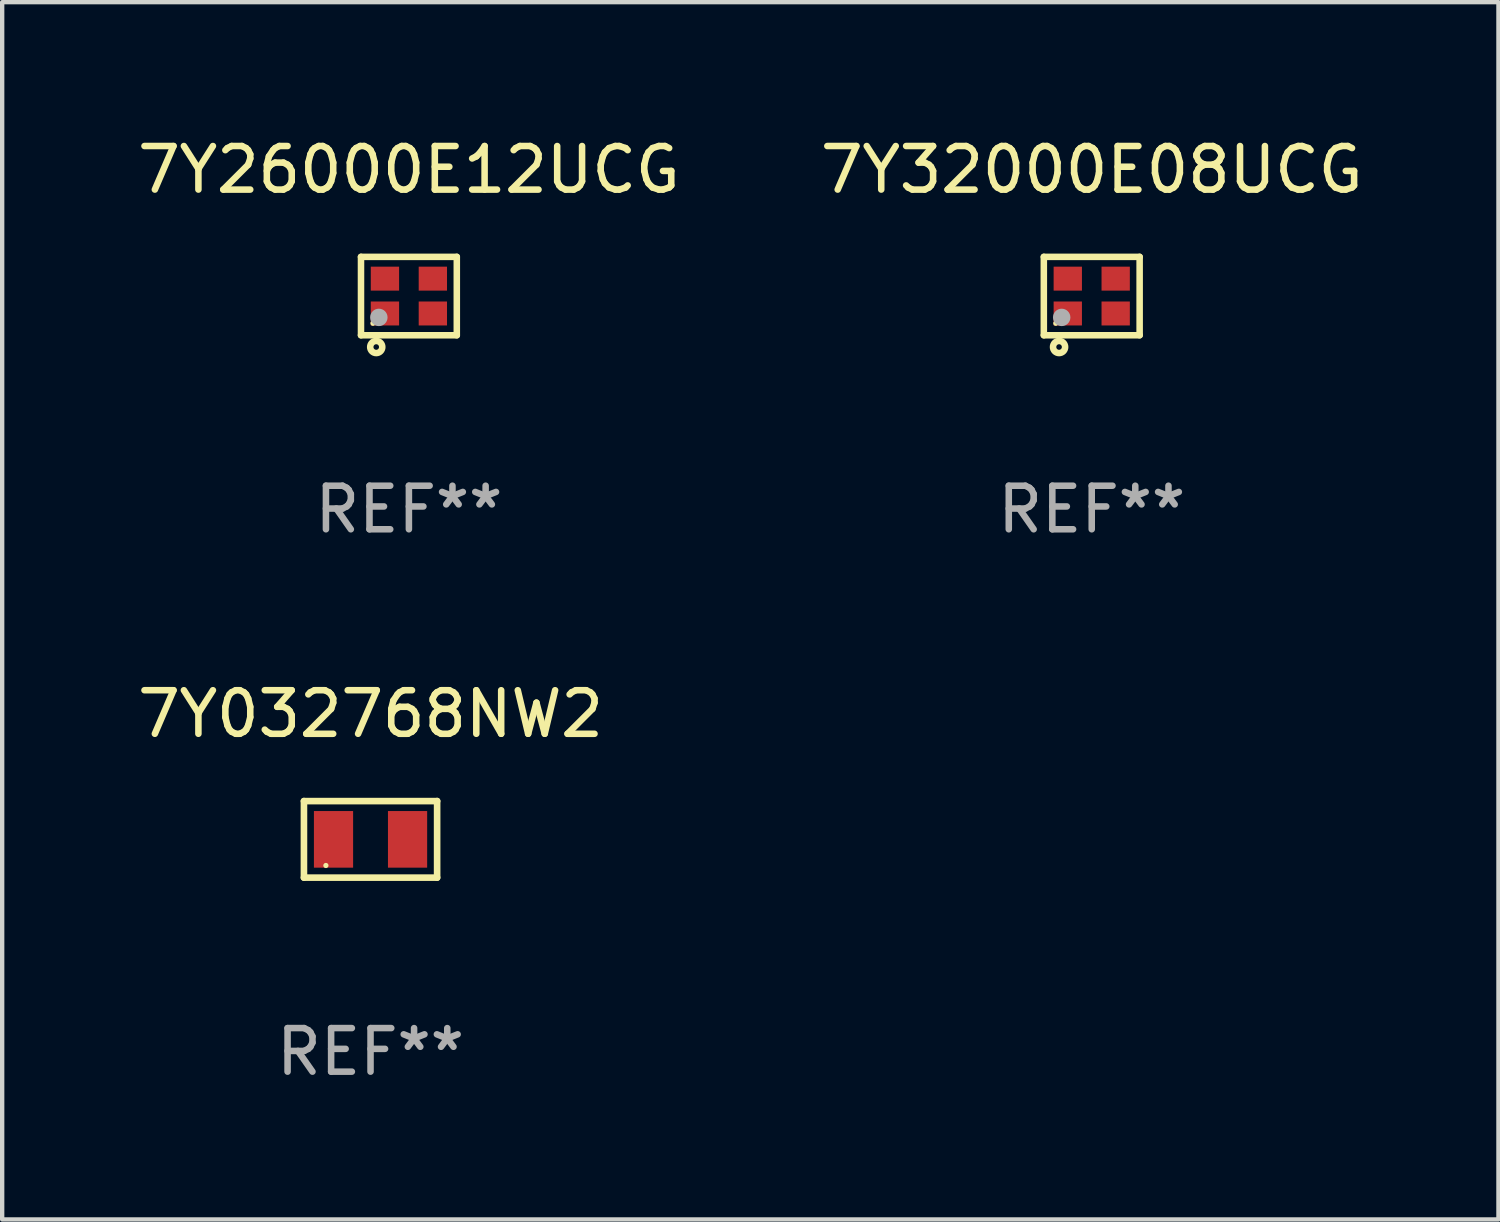
<source format=kicad_pcb>
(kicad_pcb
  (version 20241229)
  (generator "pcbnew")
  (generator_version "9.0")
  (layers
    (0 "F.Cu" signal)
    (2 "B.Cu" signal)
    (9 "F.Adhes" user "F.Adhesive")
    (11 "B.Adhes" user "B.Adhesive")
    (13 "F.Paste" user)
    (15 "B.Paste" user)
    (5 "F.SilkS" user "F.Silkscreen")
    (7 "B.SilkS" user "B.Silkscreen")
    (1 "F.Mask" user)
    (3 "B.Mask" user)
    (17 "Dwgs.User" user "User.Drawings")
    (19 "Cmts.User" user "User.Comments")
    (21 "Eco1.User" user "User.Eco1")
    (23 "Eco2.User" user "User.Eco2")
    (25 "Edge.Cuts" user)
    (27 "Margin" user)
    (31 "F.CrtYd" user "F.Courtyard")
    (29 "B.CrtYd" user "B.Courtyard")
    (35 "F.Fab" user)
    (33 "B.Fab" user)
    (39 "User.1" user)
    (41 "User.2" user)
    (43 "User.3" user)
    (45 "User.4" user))
  (footprint "7Y32000E08UCG"
    (layer "F.Cu")
    (at 22.018 3.748)
    (property "Reference" "7Y32000E08UCG" (at 0 -2.9 0) (layer "F.SilkS") (effects (font (size 1 1) (thickness 0.15))))
    (attr through_hole)
    (fp_line (start -1.1 -0.9) (end -1.1 0.9) (stroke (width 0.15) (type solid)) (layer "F.SilkS"))
    (fp_line (start -1.1 -0.9) (end 1.1 -0.9) (stroke (width 0.15) (type solid)) (layer "F.SilkS"))
    (fp_line (start -1.1 0.9) (end 1.1 0.9) (stroke (width 0.15) (type solid)) (layer "F.SilkS"))
    (fp_line (start 1.1 -0.9) (end 1.1 0.9) (stroke (width 0.15) (type solid)) (layer "F.SilkS"))
    (fp_circle (center -0.825 0.625) (end -0.795 0.625) (stroke (width 0.06) (type solid)) (fill no) (layer "F.SilkS"))
    (fp_circle (center -0.75 1.17) (end -0.686 1.17) (stroke (width 0.15) (type solid)) (fill no) (layer "F.SilkS"))
    (fp_circle (center -0.69 0.49) (end -0.59 0.49) (stroke (width 0.2) (type solid)) (fill no) (layer "F.Fab"))
    (fp_text user "REF**" (at 0 4.9 0) (layer "F.Fab") (effects (font (size 1 1) (thickness 0.15))))
    (pad "1" smd rect (at -0.55 0.4) (size 0.65 0.55) (layers "F.Cu" "F.Mask" "F.Paste"))
    (pad "2" smd rect (at 0.55 0.4) (size 0.65 0.55) (layers "F.Cu" "F.Mask" "F.Paste"))
    (pad "3" smd rect (at 0.55 -0.4) (size 0.65 0.55) (layers "F.Cu" "F.Mask" "F.Paste"))
    (pad "4" smd rect (at -0.55 -0.4) (size 0.65 0.55) (layers "F.Cu" "F.Mask" "F.Paste")))
  (footprint "7Y032768NW2"
    (layer "F.Cu")
    (at 5.458 16.223)
    (property "Reference" "7Y032768NW2" (at 0 -2.879 0) (layer "F.SilkS") (effects (font (size 1 1) (thickness 0.15))))
    (attr through_hole)
    (fp_line (start -1.529 -0.879) (end 1.529 -0.879) (stroke (width 0.152) (type solid)) (layer "F.SilkS"))
    (fp_line (start -1.529 0.879) (end -1.529 -0.879) (stroke (width 0.152) (type solid)) (layer "F.SilkS"))
    (fp_line (start 1.529 -0.879) (end 1.529 0.879) (stroke (width 0.152) (type solid)) (layer "F.SilkS"))
    (fp_line (start 1.529 0.879) (end -1.529 0.879) (stroke (width 0.152) (type solid)) (layer "F.SilkS"))
    (fp_circle (center -1.025 0.6) (end -0.995 0.6) (stroke (width 0.06) (type solid)) (fill no) (layer "F.SilkS"))
    (fp_text user "REF**" (at 0 4.879 0) (layer "F.Fab") (effects (font (size 1 1) (thickness 0.15))))
    (pad "1" smd rect (at -0.85 0) (size 0.9 1.3) (layers "F.Cu" "F.Mask" "F.Paste"))
    (pad "2" smd rect (at 0.85 0) (size 0.9 1.3) (layers "F.Cu" "F.Mask" "F.Paste")))
  (footprint "7Y26000E12UCG"
    (layer "F.Cu")
    (at 6.339 3.748)
    (property "Reference" "7Y26000E12UCG" (at 0 -2.9 0) (layer "F.SilkS") (effects (font (size 1 1) (thickness 0.15))))
    (attr through_hole)
    (fp_line (start -1.1 -0.9) (end -1.1 0.9) (stroke (width 0.15) (type solid)) (layer "F.SilkS"))
    (fp_line (start -1.1 -0.9) (end 1.1 -0.9) (stroke (width 0.15) (type solid)) (layer "F.SilkS"))
    (fp_line (start -1.1 0.9) (end 1.1 0.9) (stroke (width 0.15) (type solid)) (layer "F.SilkS"))
    (fp_line (start 1.1 -0.9) (end 1.1 0.9) (stroke (width 0.15) (type solid)) (layer "F.SilkS"))
    (fp_circle (center -0.825 0.625) (end -0.795 0.625) (stroke (width 0.06) (type solid)) (fill no) (layer "F.SilkS"))
    (fp_circle (center -0.75 1.17) (end -0.686 1.17) (stroke (width 0.15) (type solid)) (fill no) (layer "F.SilkS"))
    (fp_circle (center -0.69 0.49) (end -0.59 0.49) (stroke (width 0.2) (type solid)) (fill no) (layer "F.Fab"))
    (fp_text user "REF**" (at 0 4.9 0) (layer "F.Fab") (effects (font (size 1 1) (thickness 0.15))))
    (pad "1" smd rect (at -0.55 0.4) (size 0.65 0.55) (layers "F.Cu" "F.Mask" "F.Paste"))
    (pad "2" smd rect (at 0.55 0.4) (size 0.65 0.55) (layers "F.Cu" "F.Mask" "F.Paste"))
    (pad "3" smd rect (at 0.55 -0.4) (size 0.65 0.55) (layers "F.Cu" "F.Mask" "F.Paste"))
    (pad "4" smd rect (at -0.55 -0.4) (size 0.65 0.55) (layers "F.Cu" "F.Mask" "F.Paste")))
  (gr_rect
    (start -3 -3)
    (end 31.357 24.95)
    (stroke (width 0.1) (type default))
    (fill no)
    (layer "Edge.Cuts")))
</source>
